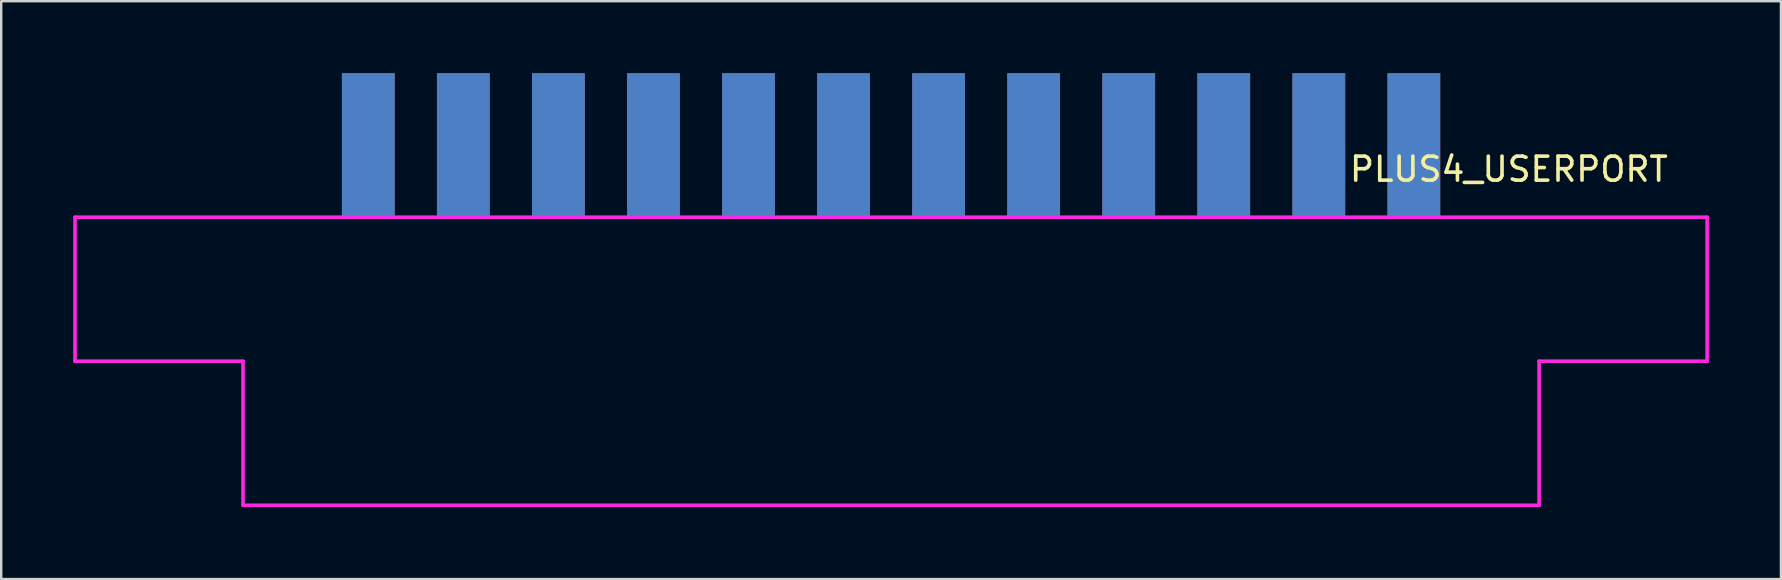
<source format=kicad_pcb>
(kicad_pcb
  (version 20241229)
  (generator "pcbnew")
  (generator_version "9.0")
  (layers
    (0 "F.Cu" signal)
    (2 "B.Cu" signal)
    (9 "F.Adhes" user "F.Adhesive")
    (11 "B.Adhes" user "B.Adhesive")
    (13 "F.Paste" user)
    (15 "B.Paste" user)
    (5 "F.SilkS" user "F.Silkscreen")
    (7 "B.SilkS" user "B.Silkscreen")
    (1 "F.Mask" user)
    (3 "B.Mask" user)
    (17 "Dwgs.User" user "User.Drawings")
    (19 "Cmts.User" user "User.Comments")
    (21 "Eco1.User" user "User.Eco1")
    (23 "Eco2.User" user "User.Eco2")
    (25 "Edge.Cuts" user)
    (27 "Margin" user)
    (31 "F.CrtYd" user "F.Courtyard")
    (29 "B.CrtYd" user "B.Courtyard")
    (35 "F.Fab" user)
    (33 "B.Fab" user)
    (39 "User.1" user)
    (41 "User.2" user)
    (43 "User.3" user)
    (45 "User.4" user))
  (footprint "PLUS4_USERPORT"
    (layer "F.Cu")
    (at 34.075 6)
    (property "Reference" "PLUS4_USERPORT" (at 25.74 -2 0) (layer "F.SilkS") (effects (font (size 1 1) (thickness 0.15))))
    (attr smd)
    (fp_line (start -34 0) (end -34 6) (stroke (width 0.15) (type solid)) (layer "F.CrtYd"))
    (fp_line (start -34 6) (end -27 6) (stroke (width 0.15) (type solid)) (layer "F.CrtYd"))
    (fp_line (start -27 6) (end -27 12) (stroke (width 0.15) (type solid)) (layer "F.CrtYd"))
    (fp_line (start 27 6) (end 27 12) (stroke (width 0.15) (type solid)) (layer "F.CrtYd"))
    (fp_line (start 27 12) (end -27 12) (stroke (width 0.15) (type solid)) (layer "F.CrtYd"))
    (fp_line (start 34 0) (end -34 0) (stroke (width 0.15) (type solid)) (layer "F.CrtYd"))
    (fp_line (start 34 0) (end 34 6) (stroke (width 0.15) (type solid)) (layer "F.CrtYd"))
    (fp_line (start 34 6) (end 27 6) (stroke (width 0.15) (type solid)) (layer "F.CrtYd"))
    (pad "1" smd rect (at 21.78 -3) (size 2.2 6) (layers "F.Cu" "F.Mask" "F.Paste"))
    (pad "2" smd rect (at 17.82 -3) (size 2.2 6) (layers "F.Cu" "F.Mask" "F.Paste"))
    (pad "3" smd rect (at 13.86 -3) (size 2.2 6) (layers "F.Cu" "F.Mask" "F.Paste"))
    (pad "4" smd rect (at 9.9 -3) (size 2.2 6) (layers "F.Cu" "F.Mask" "F.Paste"))
    (pad "5" smd rect (at 5.94 -3) (size 2.2 6) (layers "F.Cu" "F.Mask" "F.Paste"))
    (pad "6" smd rect (at 1.98 -3) (size 2.2 6) (layers "F.Cu" "F.Mask" "F.Paste"))
    (pad "7" smd rect (at -1.98 -3) (size 2.2 6) (layers "F.Cu" "F.Mask" "F.Paste"))
    (pad "8" smd rect (at -5.94 -3) (size 2.2 6) (layers "F.Cu" "F.Mask" "F.Paste"))
    (pad "9" smd rect (at -9.9 -3) (size 2.2 6) (layers "F.Cu" "F.Mask" "F.Paste"))
    (pad "10" smd rect (at -13.86 -3) (size 2.2 6) (layers "F.Cu" "F.Mask" "F.Paste"))
    (pad "11" smd rect (at -17.82 -3) (size 2.2 6) (layers "F.Cu" "F.Mask" "F.Paste"))
    (pad "12" smd rect (at -21.78 -3) (size 2.2 6) (layers "F.Cu" "F.Mask" "F.Paste"))
    (pad "A" smd rect (at 21.78 -3) (size 2.2 6) (layers "B.Cu" "B.Mask" "B.Paste"))
    (pad "B" smd rect (at 17.82 -3) (size 2.2 6) (layers "B.Cu" "B.Mask" "B.Paste"))
    (pad "C" smd rect (at 13.86 -3) (size 2.2 6) (layers "B.Cu" "B.Mask" "B.Paste"))
    (pad "D" smd rect (at 9.9 -3) (size 2.2 6) (layers "B.Cu" "B.Mask" "B.Paste"))
    (pad "E" smd rect (at 5.94 -3) (size 2.2 6) (layers "B.Cu" "B.Mask" "B.Paste"))
    (pad "F" smd rect (at 1.98 -3) (size 2.2 6) (layers "B.Cu" "B.Mask" "B.Paste"))
    (pad "H" smd rect (at -1.98 -3) (size 2.2 6) (layers "B.Cu" "B.Mask" "B.Paste"))
    (pad "J" smd rect (at -5.94 -3) (size 2.2 6) (layers "B.Cu" "B.Mask" "B.Paste"))
    (pad "K" smd rect (at -9.9 -3) (size 2.2 6) (layers "B.Cu" "B.Mask" "B.Paste"))
    (pad "L" smd rect (at -13.86 -3) (size 2.2 6) (layers "B.Cu" "B.Mask" "B.Paste"))
    (pad "M" smd rect (at -17.82 -3) (size 2.2 6) (layers "B.Cu" "B.Mask" "B.Paste"))
    (pad "N" smd rect (at -21.78 -3) (size 2.2 6) (layers "B.Cu" "B.Mask" "B.Paste")))
  (gr_rect
    (start -3 -3)
    (end 71.15 21.075)
    (stroke (width 0.1) (type default))
    (fill no)
    (layer "Edge.Cuts")))
</source>
